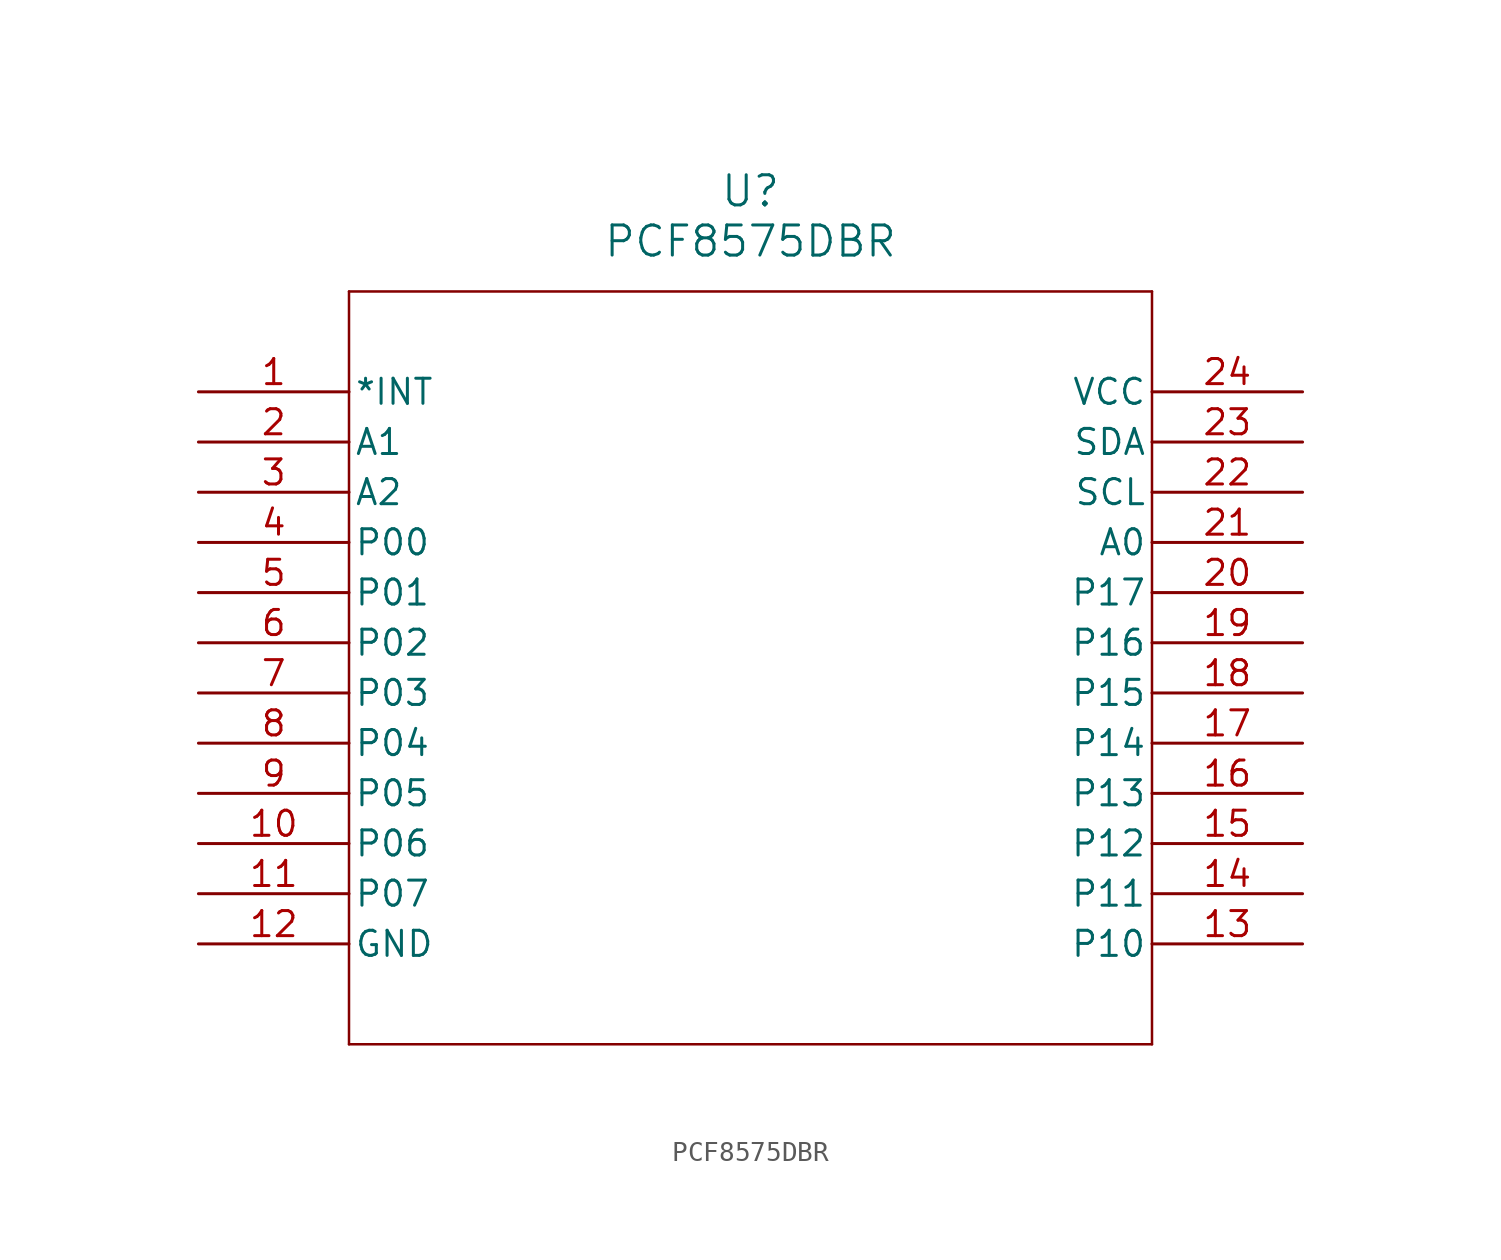
<source format=kicad_sym>
(kicad_symbol_lib
  (version 20211014)
  (generator kicad_symbol_editor)
  (symbol "PCF8575DBR"
    (pin_names
      (offset 0.254))
    (property "Reference" "U"
      (at 27.94 10.16 0)
      (effects (font (size 1.524 1.524))))
    (property "Value" "PCF8575DBR"
      (at 27.94 7.62 0)
      (effects (font (size 1.524 1.524))))
    (symbol "PCF8575DBR_0_1"
      (polyline (pts (xy 7.62 5.08) (xy 7.62 -33.02)) (stroke (width 0.127) (type default) (color 0 0 0 0)) (fill (type none)))
      (polyline (pts (xy 7.62 -33.02) (xy 48.26 -33.02)) (stroke (width 0.127) (type default) (color 0 0 0 0)) (fill (type none)))
      (polyline (pts (xy 48.26 -33.02) (xy 48.26 5.08)) (stroke (width 0.127) (type default) (color 0 0 0 0)) (fill (type none)))
      (polyline (pts (xy 48.26 5.08) (xy 7.62 5.08)) (stroke (width 0.127) (type default) (color 0 0 0 0)) (fill (type none)))
      (pin output line (at 0 0 0) (length 7.62) (name "*INT" (effects (font (size 1.27 1.27)))) (number "1" (effects (font (size 1.27 1.27)))))
      (pin input line (at 0 -2.54 0) (length 7.62) (name "A1" (effects (font (size 1.27 1.27)))) (number "2" (effects (font (size 1.27 1.27)))))
      (pin input line (at 0 -5.08 0) (length 7.62) (name "A2" (effects (font (size 1.27 1.27)))) (number "3" (effects (font (size 1.27 1.27)))))
      (pin bidirectional line (at 0 -7.62 0) (length 7.62) (name "P00" (effects (font (size 1.27 1.27)))) (number "4" (effects (font (size 1.27 1.27)))))
      (pin bidirectional line (at 0 -10.16 0) (length 7.62) (name "P01" (effects (font (size 1.27 1.27)))) (number "5" (effects (font (size 1.27 1.27)))))
      (pin bidirectional line (at 0 -12.7 0) (length 7.62) (name "P02" (effects (font (size 1.27 1.27)))) (number "6" (effects (font (size 1.27 1.27)))))
      (pin bidirectional line (at 0 -15.24 0) (length 7.62) (name "P03" (effects (font (size 1.27 1.27)))) (number "7" (effects (font (size 1.27 1.27)))))
      (pin bidirectional line (at 0 -17.78 0) (length 7.62) (name "P04" (effects (font (size 1.27 1.27)))) (number "8" (effects (font (size 1.27 1.27)))))
      (pin bidirectional line (at 0 -20.32 0) (length 7.62) (name "P05" (effects (font (size 1.27 1.27)))) (number "9" (effects (font (size 1.27 1.27)))))
      (pin bidirectional line (at 0 -22.86 0) (length 7.62) (name "P06" (effects (font (size 1.27 1.27)))) (number "10" (effects (font (size 1.27 1.27)))))
      (pin bidirectional line (at 0 -25.4 0) (length 7.62) (name "P07" (effects (font (size 1.27 1.27)))) (number "11" (effects (font (size 1.27 1.27)))))
      (pin power_in line (at 0 -27.94 0) (length 7.62) (name "GND" (effects (font (size 1.27 1.27)))) (number "12" (effects (font (size 1.27 1.27)))))
      (pin bidirectional line (at 55.88 -27.94 180) (length 7.62) (name "P10" (effects (font (size 1.27 1.27)))) (number "13" (effects (font (size 1.27 1.27)))))
      (pin bidirectional line (at 55.88 -25.4 180) (length 7.62) (name "P11" (effects (font (size 1.27 1.27)))) (number "14" (effects (font (size 1.27 1.27)))))
      (pin bidirectional line (at 55.88 -22.86 180) (length 7.62) (name "P12" (effects (font (size 1.27 1.27)))) (number "15" (effects (font (size 1.27 1.27)))))
      (pin bidirectional line (at 55.88 -20.32 180) (length 7.62) (name "P13" (effects (font (size 1.27 1.27)))) (number "16" (effects (font (size 1.27 1.27)))))
      (pin bidirectional line (at 55.88 -17.78 180) (length 7.62) (name "P14" (effects (font (size 1.27 1.27)))) (number "17" (effects (font (size 1.27 1.27)))))
      (pin bidirectional line (at 55.88 -15.24 180) (length 7.62) (name "P15" (effects (font (size 1.27 1.27)))) (number "18" (effects (font (size 1.27 1.27)))))
      (pin bidirectional line (at 55.88 -12.7 180) (length 7.62) (name "P16" (effects (font (size 1.27 1.27)))) (number "19" (effects (font (size 1.27 1.27)))))
      (pin bidirectional line (at 55.88 -10.16 180) (length 7.62) (name "P17" (effects (font (size 1.27 1.27)))) (number "20" (effects (font (size 1.27 1.27)))))
      (pin input line (at 55.88 -7.62 180) (length 7.62) (name "A0" (effects (font (size 1.27 1.27)))) (number "21" (effects (font (size 1.27 1.27)))))
      (pin unspecified line (at 55.88 -5.08 180) (length 7.62) (name "SCL" (effects (font (size 1.27 1.27)))) (number "22" (effects (font (size 1.27 1.27)))))
      (pin unspecified line (at 55.88 -2.54 180) (length 7.62) (name "SDA" (effects (font (size 1.27 1.27)))) (number "23" (effects (font (size 1.27 1.27)))))
      (pin power_in line (at 55.88 0 180) (length 7.62) (name "VCC" (effects (font (size 1.27 1.27)))) (number "24" (effects (font (size 1.27 1.27))))))))
</source>
